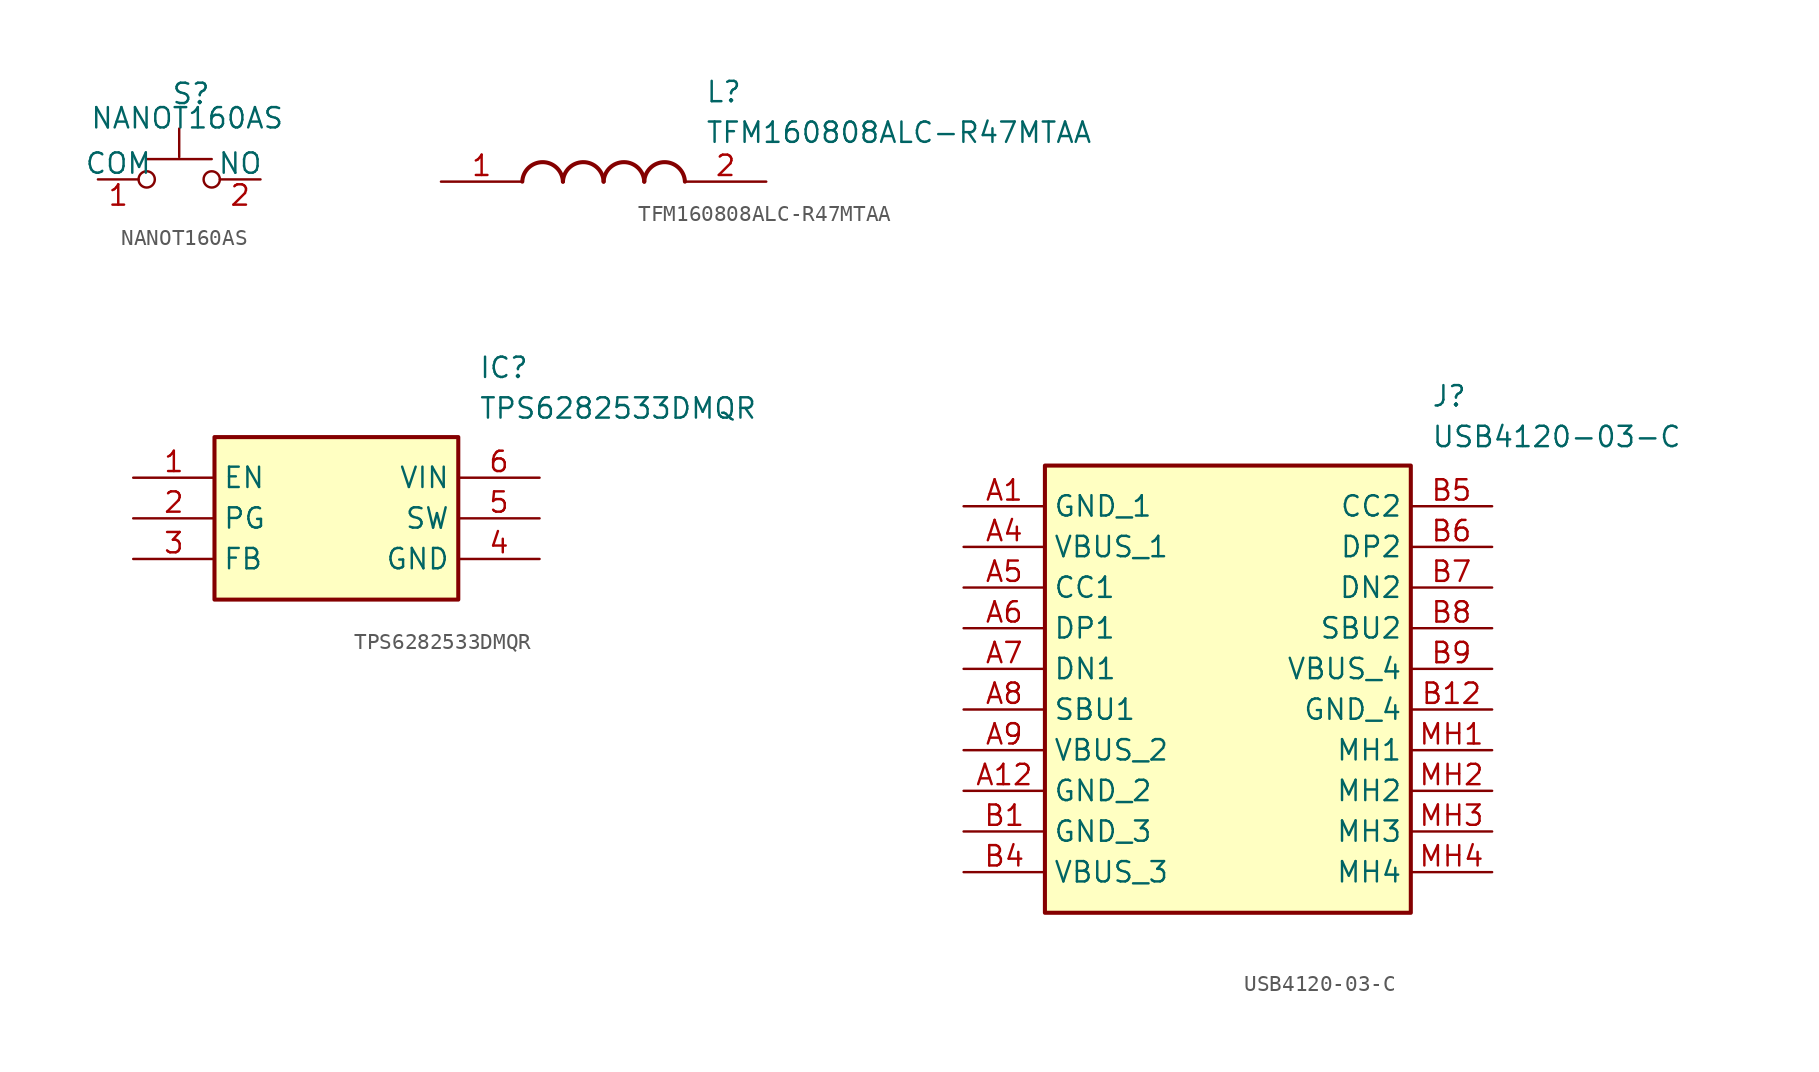
<source format=kicad_sym>
(kicad_symbol_lib
  (version 20241209)
  (generator "kicad_symbol_editor")
  (generator_version "9.0")
  (symbol "NANOT160AS"
    (pin_names
      (offset 0))
    (property "Reference" "S"
      (at 4.572 6.096 0)
      (effects (font (size 1.27 1.27)) (justify left top)))
    (property "Value" "NANOT160AS"
      (at -0.508 4.572 0)
      (effects (font (size 1.27 1.27)) (justify left top)))
    (symbol "NANOT160AS_0_1"
      (circle (center 3.048 0) (radius 0.508) (stroke (width 0) (type default)) (fill (type none)))
      (polyline (pts (xy 5.08 1.397) (xy 5.08 3.175)) (stroke (width 0) (type default)) (fill (type none)))
      (polyline (pts (xy 7.112 1.27) (xy 3.048 1.27)) (stroke (width 0) (type default)) (fill (type none)))
      (circle (center 7.112 0) (radius 0.508) (stroke (width 0) (type default)) (fill (type none))))
    (symbol "NANOT160AS_1_1"
      (pin passive line (at 0 0 0) (length 2.54) (name "COM" (effects (font (size 1.27 1.27)))) (number "1" (effects (font (size 1.27 1.27)))))
      (pin passive line (at 10.16 0 180) (length 2.54) (name "NO" (effects (font (size 1.27 1.27)))) (number "2" (effects (font (size 1.27 1.27)))))))
  (symbol "TFM160808ALC-R47MTAA"
    (pin_names
      (hide yes))
    (property "Reference" "L"
      (at 16.51 6.35 0)
      (effects (font (size 1.27 1.27)) (justify left top)))
    (property "Value" "TFM160808ALC-R47MTAA"
      (at 16.51 3.81 0)
      (effects (font (size 1.27 1.27)) (justify left top)))
    (symbol "TFM160808ALC-R47MTAA_1_1"
      (arc (start 5.08 0) (mid 6.35 1.219) (end 7.62 0) (stroke (width 0.254) (type default)) (fill (type none)))
      (arc (start 7.62 0) (mid 8.89 1.219) (end 10.16 0) (stroke (width 0.254) (type default)) (fill (type none)))
      (arc (start 10.16 0) (mid 11.43 1.219) (end 12.7 0) (stroke (width 0.254) (type default)) (fill (type none)))
      (arc (start 12.7 0) (mid 13.97 1.219) (end 15.24 0) (stroke (width 0.254) (type default)) (fill (type none)))
      (pin passive line (at 0 0 0) (length 5.08) (name "1" (effects (font (size 1.27 1.27)))) (number "1" (effects (font (size 1.27 1.27)))))
      (pin passive line (at 20.32 0 180) (length 5.08) (name "2" (effects (font (size 1.27 1.27)))) (number "2" (effects (font (size 1.27 1.27)))))))
  (symbol "TPS6282533DMQR"
    (property "Reference" "IC"
      (at 21.59 7.62 0)
      (effects (font (size 1.27 1.27)) (justify left top)))
    (property "Value" "TPS6282533DMQR"
      (at 21.59 5.08 0)
      (effects (font (size 1.27 1.27)) (justify left top)))
    (symbol "TPS6282533DMQR_1_1"
      (rectangle (start 5.08 2.54) (end 20.32 -7.62) (stroke (width 0.254) (type default)) (fill (type background)))
      (pin passive line (at 0 0 0) (length 5.08) (name "EN" (effects (font (size 1.27 1.27)))) (number "1" (effects (font (size 1.27 1.27)))))
      (pin passive line (at 0 -2.54 0) (length 5.08) (name "PG" (effects (font (size 1.27 1.27)))) (number "2" (effects (font (size 1.27 1.27)))))
      (pin passive line (at 0 -5.08 0) (length 5.08) (name "FB" (effects (font (size 1.27 1.27)))) (number "3" (effects (font (size 1.27 1.27)))))
      (pin passive line (at 25.4 0 180) (length 5.08) (name "VIN" (effects (font (size 1.27 1.27)))) (number "6" (effects (font (size 1.27 1.27)))))
      (pin passive line (at 25.4 -2.54 180) (length 5.08) (name "SW" (effects (font (size 1.27 1.27)))) (number "5" (effects (font (size 1.27 1.27)))))
      (pin passive line (at 25.4 -5.08 180) (length 5.08) (name "GND" (effects (font (size 1.27 1.27)))) (number "4" (effects (font (size 1.27 1.27)))))))
  (symbol "USB4120-03-C"
    (property "Reference" "J"
      (at 29.21 7.62 0)
      (effects (font (size 1.27 1.27)) (justify left top)))
    (property "Value" "USB4120-03-C"
      (at 29.21 5.08 0)
      (effects (font (size 1.27 1.27)) (justify left top)))
    (symbol "USB4120-03-C_1_1"
      (rectangle (start 5.08 2.54) (end 27.94 -25.4) (stroke (width 0.254) (type default)) (fill (type background)))
      (pin passive line (at 0 0 0) (length 5.08) (name "GND_1" (effects (font (size 1.27 1.27)))) (number "A1" (effects (font (size 1.27 1.27)))))
      (pin passive line (at 0 -2.54 0) (length 5.08) (name "VBUS_1" (effects (font (size 1.27 1.27)))) (number "A4" (effects (font (size 1.27 1.27)))))
      (pin passive line (at 0 -5.08 0) (length 5.08) (name "CC1" (effects (font (size 1.27 1.27)))) (number "A5" (effects (font (size 1.27 1.27)))))
      (pin passive line (at 0 -7.62 0) (length 5.08) (name "DP1" (effects (font (size 1.27 1.27)))) (number "A6" (effects (font (size 1.27 1.27)))))
      (pin passive line (at 0 -10.16 0) (length 5.08) (name "DN1" (effects (font (size 1.27 1.27)))) (number "A7" (effects (font (size 1.27 1.27)))))
      (pin passive line (at 0 -12.7 0) (length 5.08) (name "SBU1" (effects (font (size 1.27 1.27)))) (number "A8" (effects (font (size 1.27 1.27)))))
      (pin passive line (at 0 -15.24 0) (length 5.08) (name "VBUS_2" (effects (font (size 1.27 1.27)))) (number "A9" (effects (font (size 1.27 1.27)))))
      (pin passive line (at 0 -17.78 0) (length 5.08) (name "GND_2" (effects (font (size 1.27 1.27)))) (number "A12" (effects (font (size 1.27 1.27)))))
      (pin passive line (at 0 -20.32 0) (length 5.08) (name "GND_3" (effects (font (size 1.27 1.27)))) (number "B1" (effects (font (size 1.27 1.27)))))
      (pin passive line (at 0 -22.86 0) (length 5.08) (name "VBUS_3" (effects (font (size 1.27 1.27)))) (number "B4" (effects (font (size 1.27 1.27)))))
      (pin passive line (at 33.02 0 180) (length 5.08) (name "CC2" (effects (font (size 1.27 1.27)))) (number "B5" (effects (font (size 1.27 1.27)))))
      (pin passive line (at 33.02 -2.54 180) (length 5.08) (name "DP2" (effects (font (size 1.27 1.27)))) (number "B6" (effects (font (size 1.27 1.27)))))
      (pin passive line (at 33.02 -5.08 180) (length 5.08) (name "DN2" (effects (font (size 1.27 1.27)))) (number "B7" (effects (font (size 1.27 1.27)))))
      (pin passive line (at 33.02 -7.62 180) (length 5.08) (name "SBU2" (effects (font (size 1.27 1.27)))) (number "B8" (effects (font (size 1.27 1.27)))))
      (pin passive line (at 33.02 -10.16 180) (length 5.08) (name "VBUS_4" (effects (font (size 1.27 1.27)))) (number "B9" (effects (font (size 1.27 1.27)))))
      (pin passive line (at 33.02 -12.7 180) (length 5.08) (name "GND_4" (effects (font (size 1.27 1.27)))) (number "B12" (effects (font (size 1.27 1.27)))))
      (pin passive line (at 33.02 -15.24 180) (length 5.08) (name "MH1" (effects (font (size 1.27 1.27)))) (number "MH1" (effects (font (size 1.27 1.27)))))
      (pin passive line (at 33.02 -17.78 180) (length 5.08) (name "MH2" (effects (font (size 1.27 1.27)))) (number "MH2" (effects (font (size 1.27 1.27)))))
      (pin passive line (at 33.02 -20.32 180) (length 5.08) (name "MH3" (effects (font (size 1.27 1.27)))) (number "MH3" (effects (font (size 1.27 1.27)))))
      (pin passive line (at 33.02 -22.86 180) (length 5.08) (name "MH4" (effects (font (size 1.27 1.27)))) (number "MH4" (effects (font (size 1.27 1.27))))))))
</source>
